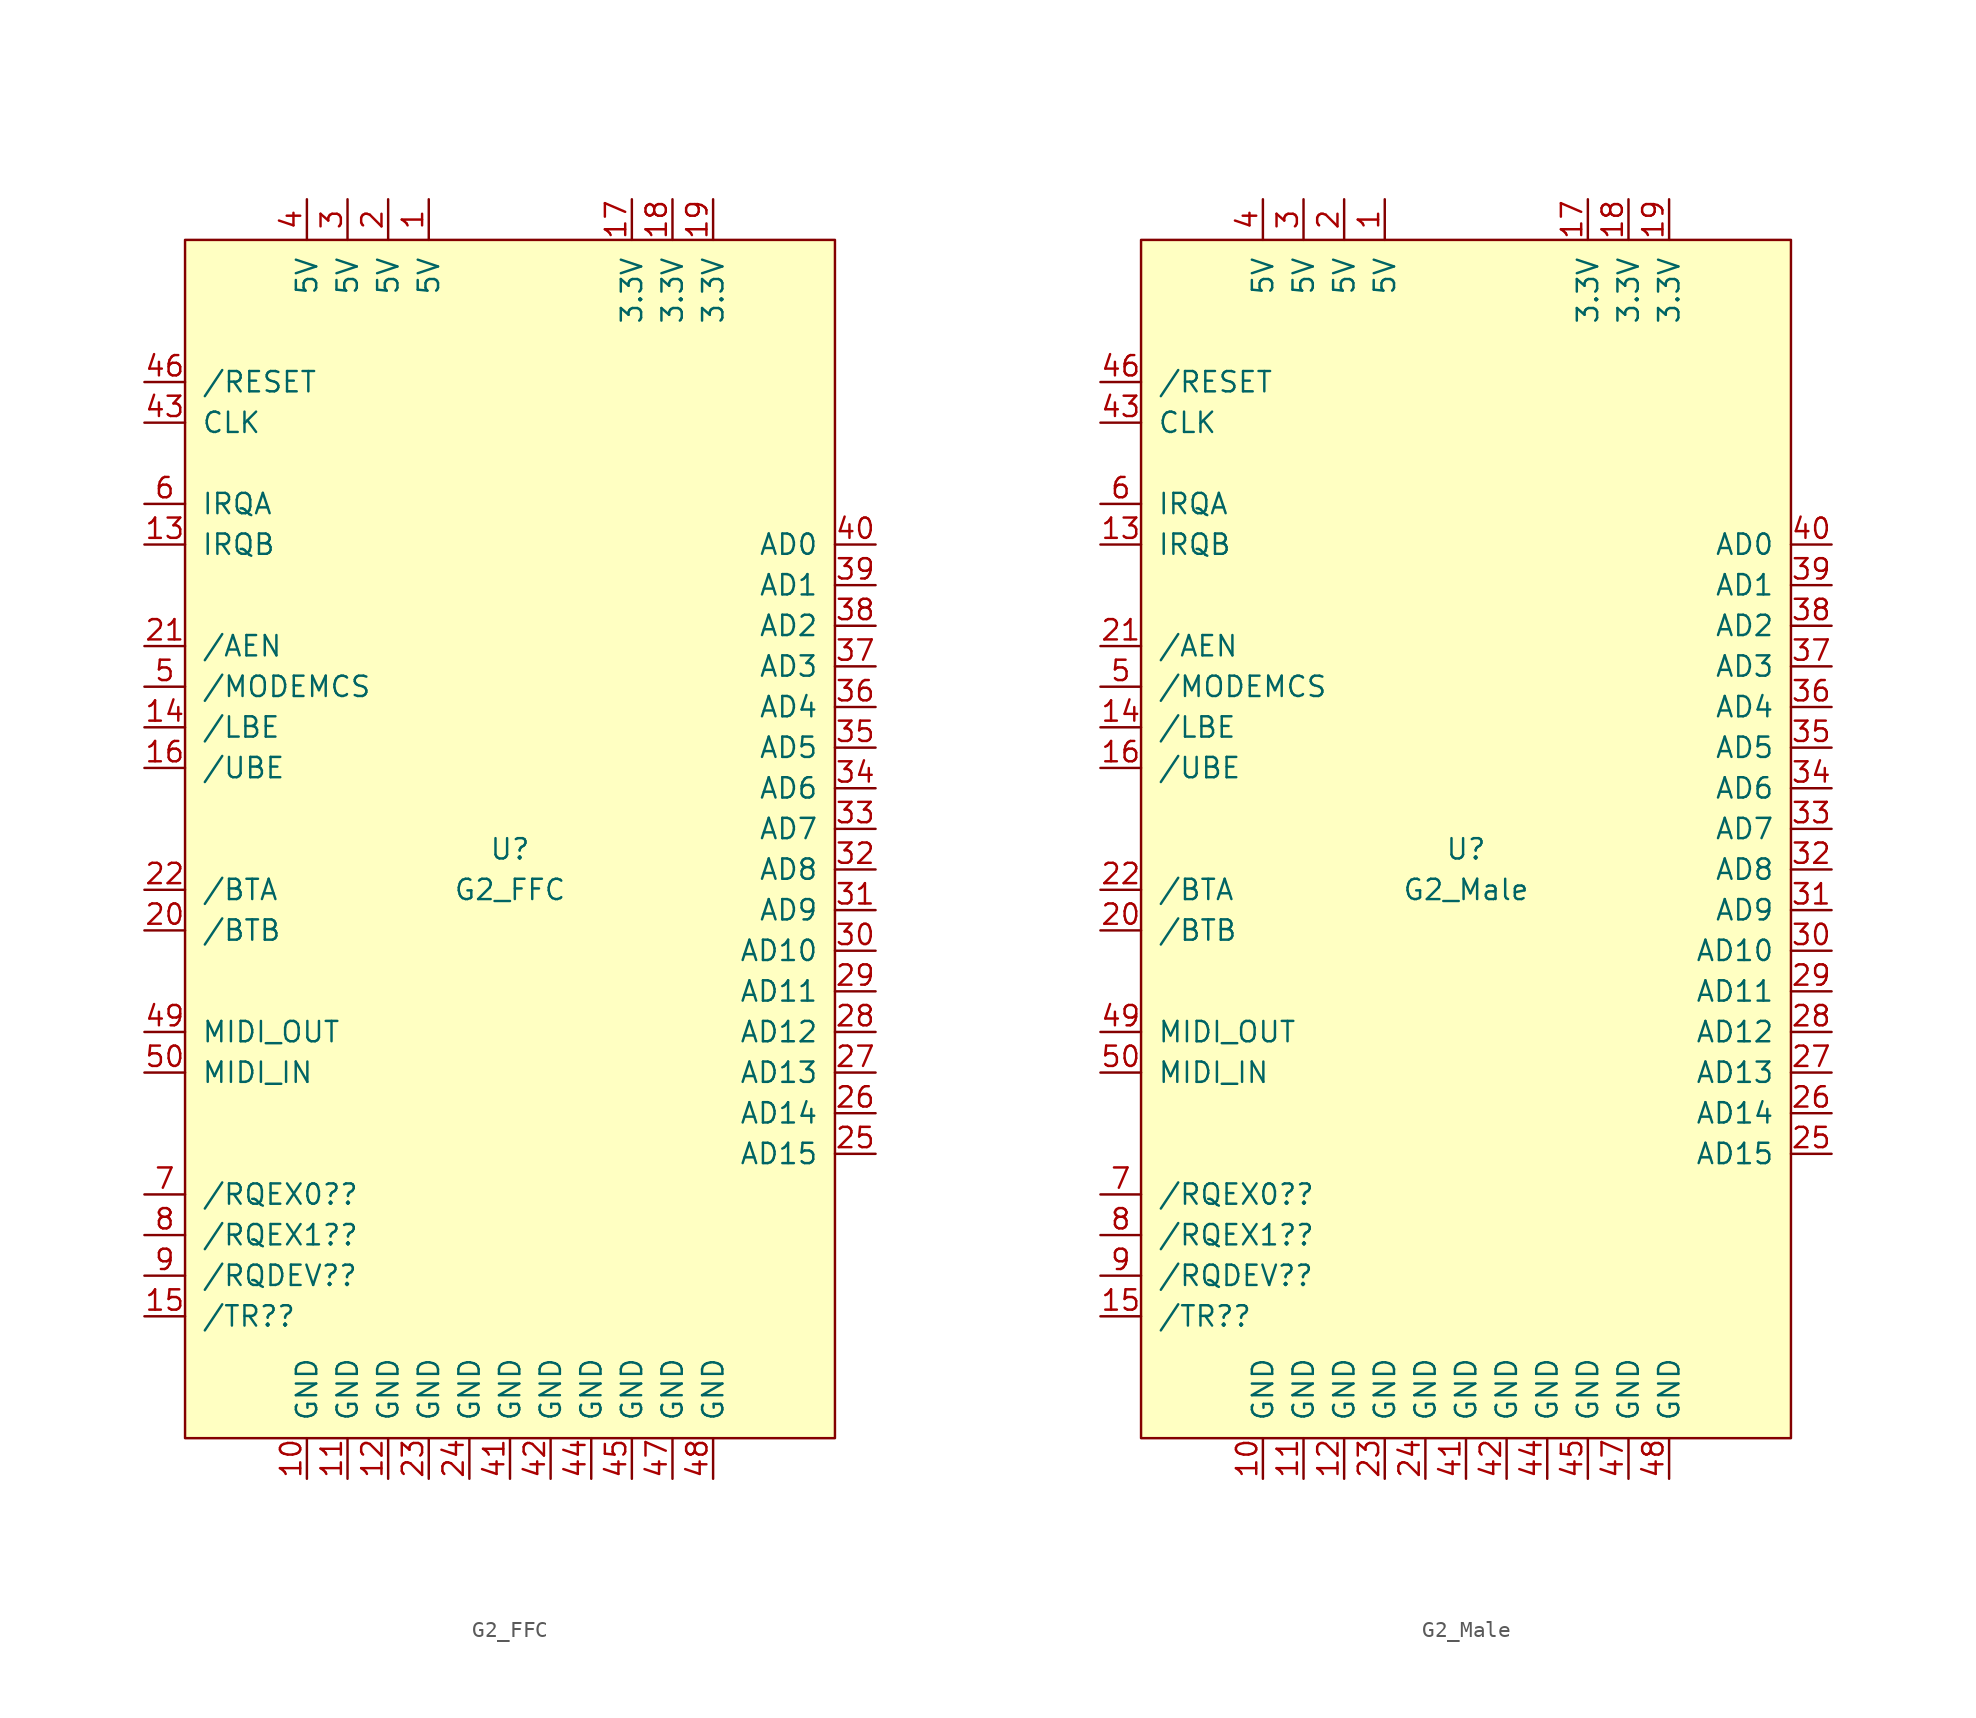
<source format=kicad_sym>
(kicad_symbol_lib
  (version 20211014)
  (generator kicad_symbol_editor)
  (symbol "G2_FFC"
    (pin_names
      (offset 1.016))
    (property "Reference" "U"
      (at 0 0 0)
      (effects (font (size 1.27 1.27))))
    (property "Value" "G2_FFC"
      (at 0 -2.54 0)
      (effects (font (size 1.27 1.27))))
    (symbol "G2_FFC_0_1"
      (rectangle (start -20.32 38.1) (end 20.32 -36.83) (stroke (width 0) (type default) (color 0 0 0 0)) (fill (type background))))
    (symbol "G2_FFC_1_1"
      (pin input line (at -5.08 40.64 270) (length 2.54) (name "5V" (effects (font (size 1.27 1.27)))) (number "1" (effects (font (size 1.27 1.27)))))
      (pin input line (at -12.7 -39.37 90) (length 2.54) (name "GND" (effects (font (size 1.27 1.27)))) (number "10" (effects (font (size 1.27 1.27)))))
      (pin input line (at -10.16 -39.37 90) (length 2.54) (name "GND" (effects (font (size 1.27 1.27)))) (number "11" (effects (font (size 1.27 1.27)))))
      (pin input line (at -7.62 -39.37 90) (length 2.54) (name "GND" (effects (font (size 1.27 1.27)))) (number "12" (effects (font (size 1.27 1.27)))))
      (pin input line (at -22.86 19.05 0) (length 2.54) (name "IRQB" (effects (font (size 1.27 1.27)))) (number "13" (effects (font (size 1.27 1.27)))))
      (pin input line (at -22.86 7.62 0) (length 2.54) (name "/LBE" (effects (font (size 1.27 1.27)))) (number "14" (effects (font (size 1.27 1.27)))))
      (pin input line (at -22.86 -29.21 0) (length 2.54) (name "/TR??" (effects (font (size 1.27 1.27)))) (number "15" (effects (font (size 1.27 1.27)))))
      (pin input line (at -22.86 5.08 0) (length 2.54) (name "/UBE" (effects (font (size 1.27 1.27)))) (number "16" (effects (font (size 1.27 1.27)))))
      (pin input line (at 7.62 40.64 270) (length 2.54) (name "3.3V" (effects (font (size 1.27 1.27)))) (number "17" (effects (font (size 1.27 1.27)))))
      (pin input line (at 10.16 40.64 270) (length 2.54) (name "3.3V" (effects (font (size 1.27 1.27)))) (number "18" (effects (font (size 1.27 1.27)))))
      (pin input line (at 12.7 40.64 270) (length 2.54) (name "3.3V" (effects (font (size 1.27 1.27)))) (number "19" (effects (font (size 1.27 1.27)))))
      (pin input line (at -7.62 40.64 270) (length 2.54) (name "5V" (effects (font (size 1.27 1.27)))) (number "2" (effects (font (size 1.27 1.27)))))
      (pin input line (at -22.86 -5.08 0) (length 2.54) (name "/BTB" (effects (font (size 1.27 1.27)))) (number "20" (effects (font (size 1.27 1.27)))))
      (pin input line (at -22.86 12.7 0) (length 2.54) (name "/AEN" (effects (font (size 1.27 1.27)))) (number "21" (effects (font (size 1.27 1.27)))))
      (pin input line (at -22.86 -2.54 0) (length 2.54) (name "/BTA" (effects (font (size 1.27 1.27)))) (number "22" (effects (font (size 1.27 1.27)))))
      (pin input line (at -5.08 -39.37 90) (length 2.54) (name "GND" (effects (font (size 1.27 1.27)))) (number "23" (effects (font (size 1.27 1.27)))))
      (pin input line (at -2.54 -39.37 90) (length 2.54) (name "GND" (effects (font (size 1.27 1.27)))) (number "24" (effects (font (size 1.27 1.27)))))
      (pin input line (at 22.86 -19.05 180) (length 2.54) (name "AD15" (effects (font (size 1.27 1.27)))) (number "25" (effects (font (size 1.27 1.27)))))
      (pin input line (at 22.86 -16.51 180) (length 2.54) (name "AD14" (effects (font (size 1.27 1.27)))) (number "26" (effects (font (size 1.27 1.27)))))
      (pin input line (at 22.86 -13.97 180) (length 2.54) (name "AD13" (effects (font (size 1.27 1.27)))) (number "27" (effects (font (size 1.27 1.27)))))
      (pin input line (at 22.86 -11.43 180) (length 2.54) (name "AD12" (effects (font (size 1.27 1.27)))) (number "28" (effects (font (size 1.27 1.27)))))
      (pin input line (at 22.86 -8.89 180) (length 2.54) (name "AD11" (effects (font (size 1.27 1.27)))) (number "29" (effects (font (size 1.27 1.27)))))
      (pin input line (at -10.16 40.64 270) (length 2.54) (name "5V" (effects (font (size 1.27 1.27)))) (number "3" (effects (font (size 1.27 1.27)))))
      (pin input line (at 22.86 -6.35 180) (length 2.54) (name "AD10" (effects (font (size 1.27 1.27)))) (number "30" (effects (font (size 1.27 1.27)))))
      (pin input line (at 22.86 -3.81 180) (length 2.54) (name "AD9" (effects (font (size 1.27 1.27)))) (number "31" (effects (font (size 1.27 1.27)))))
      (pin input line (at 22.86 -1.27 180) (length 2.54) (name "AD8" (effects (font (size 1.27 1.27)))) (number "32" (effects (font (size 1.27 1.27)))))
      (pin input line (at 22.86 1.27 180) (length 2.54) (name "AD7" (effects (font (size 1.27 1.27)))) (number "33" (effects (font (size 1.27 1.27)))))
      (pin input line (at 22.86 3.81 180) (length 2.54) (name "AD6" (effects (font (size 1.27 1.27)))) (number "34" (effects (font (size 1.27 1.27)))))
      (pin input line (at 22.86 6.35 180) (length 2.54) (name "AD5" (effects (font (size 1.27 1.27)))) (number "35" (effects (font (size 1.27 1.27)))))
      (pin input line (at 22.86 8.89 180) (length 2.54) (name "AD4" (effects (font (size 1.27 1.27)))) (number "36" (effects (font (size 1.27 1.27)))))
      (pin input line (at 22.86 11.43 180) (length 2.54) (name "AD3" (effects (font (size 1.27 1.27)))) (number "37" (effects (font (size 1.27 1.27)))))
      (pin input line (at 22.86 13.97 180) (length 2.54) (name "AD2" (effects (font (size 1.27 1.27)))) (number "38" (effects (font (size 1.27 1.27)))))
      (pin input line (at 22.86 16.51 180) (length 2.54) (name "AD1" (effects (font (size 1.27 1.27)))) (number "39" (effects (font (size 1.27 1.27)))))
      (pin input line (at -12.7 40.64 270) (length 2.54) (name "5V" (effects (font (size 1.27 1.27)))) (number "4" (effects (font (size 1.27 1.27)))))
      (pin input line (at 22.86 19.05 180) (length 2.54) (name "AD0" (effects (font (size 1.27 1.27)))) (number "40" (effects (font (size 1.27 1.27)))))
      (pin input line (at 0 -39.37 90) (length 2.54) (name "GND" (effects (font (size 1.27 1.27)))) (number "41" (effects (font (size 1.27 1.27)))))
      (pin input line (at 2.54 -39.37 90) (length 2.54) (name "GND" (effects (font (size 1.27 1.27)))) (number "42" (effects (font (size 1.27 1.27)))))
      (pin input line (at -22.86 26.67 0) (length 2.54) (name "CLK" (effects (font (size 1.27 1.27)))) (number "43" (effects (font (size 1.27 1.27)))))
      (pin input line (at 5.08 -39.37 90) (length 2.54) (name "GND" (effects (font (size 1.27 1.27)))) (number "44" (effects (font (size 1.27 1.27)))))
      (pin input line (at 7.62 -39.37 90) (length 2.54) (name "GND" (effects (font (size 1.27 1.27)))) (number "45" (effects (font (size 1.27 1.27)))))
      (pin input line (at -22.86 29.21 0) (length 2.54) (name "/RESET" (effects (font (size 1.27 1.27)))) (number "46" (effects (font (size 1.27 1.27)))))
      (pin input line (at 10.16 -39.37 90) (length 2.54) (name "GND" (effects (font (size 1.27 1.27)))) (number "47" (effects (font (size 1.27 1.27)))))
      (pin input line (at 12.7 -39.37 90) (length 2.54) (name "GND" (effects (font (size 1.27 1.27)))) (number "48" (effects (font (size 1.27 1.27)))))
      (pin input line (at -22.86 -11.43 0) (length 2.54) (name "MIDI_OUT" (effects (font (size 1.27 1.27)))) (number "49" (effects (font (size 1.27 1.27)))))
      (pin input line (at -22.86 10.16 0) (length 2.54) (name "/MODEMCS" (effects (font (size 1.27 1.27)))) (number "5" (effects (font (size 1.27 1.27)))))
      (pin input line (at -22.86 -13.97 0) (length 2.54) (name "MIDI_IN" (effects (font (size 1.27 1.27)))) (number "50" (effects (font (size 1.27 1.27)))))
      (pin input line (at -22.86 21.59 0) (length 2.54) (name "IRQA" (effects (font (size 1.27 1.27)))) (number "6" (effects (font (size 1.27 1.27)))))
      (pin input line (at -22.86 -21.59 0) (length 2.54) (name "/RQEX0??" (effects (font (size 1.27 1.27)))) (number "7" (effects (font (size 1.27 1.27)))))
      (pin input line (at -22.86 -24.13 0) (length 2.54) (name "/RQEX1??" (effects (font (size 1.27 1.27)))) (number "8" (effects (font (size 1.27 1.27)))))
      (pin input line (at -22.86 -26.67 0) (length 2.54) (name "/RQDEV??" (effects (font (size 1.27 1.27)))) (number "9" (effects (font (size 1.27 1.27)))))))
  (symbol "G2_Male"
    (pin_names
      (offset 1.016))
    (property "Reference" "U"
      (at 0 0 0)
      (effects (font (size 1.27 1.27))))
    (property "Value" "G2_Male"
      (at 0 -2.54 0)
      (effects (font (size 1.27 1.27))))
    (symbol "G2_Male_0_1"
      (rectangle (start -20.32 38.1) (end 20.32 -36.83) (stroke (width 0) (type default) (color 0 0 0 0)) (fill (type background))))
    (symbol "G2_Male_1_1"
      (pin input line (at -5.08 40.64 270) (length 2.54) (name "5V" (effects (font (size 1.27 1.27)))) (number "1" (effects (font (size 1.27 1.27)))))
      (pin input line (at -12.7 -39.37 90) (length 2.54) (name "GND" (effects (font (size 1.27 1.27)))) (number "10" (effects (font (size 1.27 1.27)))))
      (pin input line (at -10.16 -39.37 90) (length 2.54) (name "GND" (effects (font (size 1.27 1.27)))) (number "11" (effects (font (size 1.27 1.27)))))
      (pin input line (at -7.62 -39.37 90) (length 2.54) (name "GND" (effects (font (size 1.27 1.27)))) (number "12" (effects (font (size 1.27 1.27)))))
      (pin input line (at -22.86 19.05 0) (length 2.54) (name "IRQB" (effects (font (size 1.27 1.27)))) (number "13" (effects (font (size 1.27 1.27)))))
      (pin input line (at -22.86 7.62 0) (length 2.54) (name "/LBE" (effects (font (size 1.27 1.27)))) (number "14" (effects (font (size 1.27 1.27)))))
      (pin input line (at -22.86 -29.21 0) (length 2.54) (name "/TR??" (effects (font (size 1.27 1.27)))) (number "15" (effects (font (size 1.27 1.27)))))
      (pin input line (at -22.86 5.08 0) (length 2.54) (name "/UBE" (effects (font (size 1.27 1.27)))) (number "16" (effects (font (size 1.27 1.27)))))
      (pin input line (at 7.62 40.64 270) (length 2.54) (name "3.3V" (effects (font (size 1.27 1.27)))) (number "17" (effects (font (size 1.27 1.27)))))
      (pin input line (at 10.16 40.64 270) (length 2.54) (name "3.3V" (effects (font (size 1.27 1.27)))) (number "18" (effects (font (size 1.27 1.27)))))
      (pin input line (at 12.7 40.64 270) (length 2.54) (name "3.3V" (effects (font (size 1.27 1.27)))) (number "19" (effects (font (size 1.27 1.27)))))
      (pin input line (at -7.62 40.64 270) (length 2.54) (name "5V" (effects (font (size 1.27 1.27)))) (number "2" (effects (font (size 1.27 1.27)))))
      (pin input line (at -22.86 -5.08 0) (length 2.54) (name "/BTB" (effects (font (size 1.27 1.27)))) (number "20" (effects (font (size 1.27 1.27)))))
      (pin input line (at -22.86 12.7 0) (length 2.54) (name "/AEN" (effects (font (size 1.27 1.27)))) (number "21" (effects (font (size 1.27 1.27)))))
      (pin input line (at -22.86 -2.54 0) (length 2.54) (name "/BTA" (effects (font (size 1.27 1.27)))) (number "22" (effects (font (size 1.27 1.27)))))
      (pin input line (at -5.08 -39.37 90) (length 2.54) (name "GND" (effects (font (size 1.27 1.27)))) (number "23" (effects (font (size 1.27 1.27)))))
      (pin input line (at -2.54 -39.37 90) (length 2.54) (name "GND" (effects (font (size 1.27 1.27)))) (number "24" (effects (font (size 1.27 1.27)))))
      (pin input line (at 22.86 -19.05 180) (length 2.54) (name "AD15" (effects (font (size 1.27 1.27)))) (number "25" (effects (font (size 1.27 1.27)))))
      (pin input line (at 22.86 -16.51 180) (length 2.54) (name "AD14" (effects (font (size 1.27 1.27)))) (number "26" (effects (font (size 1.27 1.27)))))
      (pin input line (at 22.86 -13.97 180) (length 2.54) (name "AD13" (effects (font (size 1.27 1.27)))) (number "27" (effects (font (size 1.27 1.27)))))
      (pin input line (at 22.86 -11.43 180) (length 2.54) (name "AD12" (effects (font (size 1.27 1.27)))) (number "28" (effects (font (size 1.27 1.27)))))
      (pin input line (at 22.86 -8.89 180) (length 2.54) (name "AD11" (effects (font (size 1.27 1.27)))) (number "29" (effects (font (size 1.27 1.27)))))
      (pin input line (at -10.16 40.64 270) (length 2.54) (name "5V" (effects (font (size 1.27 1.27)))) (number "3" (effects (font (size 1.27 1.27)))))
      (pin input line (at 22.86 -6.35 180) (length 2.54) (name "AD10" (effects (font (size 1.27 1.27)))) (number "30" (effects (font (size 1.27 1.27)))))
      (pin input line (at 22.86 -3.81 180) (length 2.54) (name "AD9" (effects (font (size 1.27 1.27)))) (number "31" (effects (font (size 1.27 1.27)))))
      (pin input line (at 22.86 -1.27 180) (length 2.54) (name "AD8" (effects (font (size 1.27 1.27)))) (number "32" (effects (font (size 1.27 1.27)))))
      (pin input line (at 22.86 1.27 180) (length 2.54) (name "AD7" (effects (font (size 1.27 1.27)))) (number "33" (effects (font (size 1.27 1.27)))))
      (pin input line (at 22.86 3.81 180) (length 2.54) (name "AD6" (effects (font (size 1.27 1.27)))) (number "34" (effects (font (size 1.27 1.27)))))
      (pin input line (at 22.86 6.35 180) (length 2.54) (name "AD5" (effects (font (size 1.27 1.27)))) (number "35" (effects (font (size 1.27 1.27)))))
      (pin input line (at 22.86 8.89 180) (length 2.54) (name "AD4" (effects (font (size 1.27 1.27)))) (number "36" (effects (font (size 1.27 1.27)))))
      (pin input line (at 22.86 11.43 180) (length 2.54) (name "AD3" (effects (font (size 1.27 1.27)))) (number "37" (effects (font (size 1.27 1.27)))))
      (pin input line (at 22.86 13.97 180) (length 2.54) (name "AD2" (effects (font (size 1.27 1.27)))) (number "38" (effects (font (size 1.27 1.27)))))
      (pin input line (at 22.86 16.51 180) (length 2.54) (name "AD1" (effects (font (size 1.27 1.27)))) (number "39" (effects (font (size 1.27 1.27)))))
      (pin input line (at -12.7 40.64 270) (length 2.54) (name "5V" (effects (font (size 1.27 1.27)))) (number "4" (effects (font (size 1.27 1.27)))))
      (pin input line (at 22.86 19.05 180) (length 2.54) (name "AD0" (effects (font (size 1.27 1.27)))) (number "40" (effects (font (size 1.27 1.27)))))
      (pin input line (at 0 -39.37 90) (length 2.54) (name "GND" (effects (font (size 1.27 1.27)))) (number "41" (effects (font (size 1.27 1.27)))))
      (pin input line (at 2.54 -39.37 90) (length 2.54) (name "GND" (effects (font (size 1.27 1.27)))) (number "42" (effects (font (size 1.27 1.27)))))
      (pin input line (at -22.86 26.67 0) (length 2.54) (name "CLK" (effects (font (size 1.27 1.27)))) (number "43" (effects (font (size 1.27 1.27)))))
      (pin input line (at 5.08 -39.37 90) (length 2.54) (name "GND" (effects (font (size 1.27 1.27)))) (number "44" (effects (font (size 1.27 1.27)))))
      (pin input line (at 7.62 -39.37 90) (length 2.54) (name "GND" (effects (font (size 1.27 1.27)))) (number "45" (effects (font (size 1.27 1.27)))))
      (pin input line (at -22.86 29.21 0) (length 2.54) (name "/RESET" (effects (font (size 1.27 1.27)))) (number "46" (effects (font (size 1.27 1.27)))))
      (pin input line (at 10.16 -39.37 90) (length 2.54) (name "GND" (effects (font (size 1.27 1.27)))) (number "47" (effects (font (size 1.27 1.27)))))
      (pin input line (at 12.7 -39.37 90) (length 2.54) (name "GND" (effects (font (size 1.27 1.27)))) (number "48" (effects (font (size 1.27 1.27)))))
      (pin input line (at -22.86 -11.43 0) (length 2.54) (name "MIDI_OUT" (effects (font (size 1.27 1.27)))) (number "49" (effects (font (size 1.27 1.27)))))
      (pin input line (at -22.86 10.16 0) (length 2.54) (name "/MODEMCS" (effects (font (size 1.27 1.27)))) (number "5" (effects (font (size 1.27 1.27)))))
      (pin input line (at -22.86 -13.97 0) (length 2.54) (name "MIDI_IN" (effects (font (size 1.27 1.27)))) (number "50" (effects (font (size 1.27 1.27)))))
      (pin input line (at -22.86 21.59 0) (length 2.54) (name "IRQA" (effects (font (size 1.27 1.27)))) (number "6" (effects (font (size 1.27 1.27)))))
      (pin input line (at -22.86 -21.59 0) (length 2.54) (name "/RQEX0??" (effects (font (size 1.27 1.27)))) (number "7" (effects (font (size 1.27 1.27)))))
      (pin input line (at -22.86 -24.13 0) (length 2.54) (name "/RQEX1??" (effects (font (size 1.27 1.27)))) (number "8" (effects (font (size 1.27 1.27)))))
      (pin input line (at -22.86 -26.67 0) (length 2.54) (name "/RQDEV??" (effects (font (size 1.27 1.27)))) (number "9" (effects (font (size 1.27 1.27))))))))
</source>
